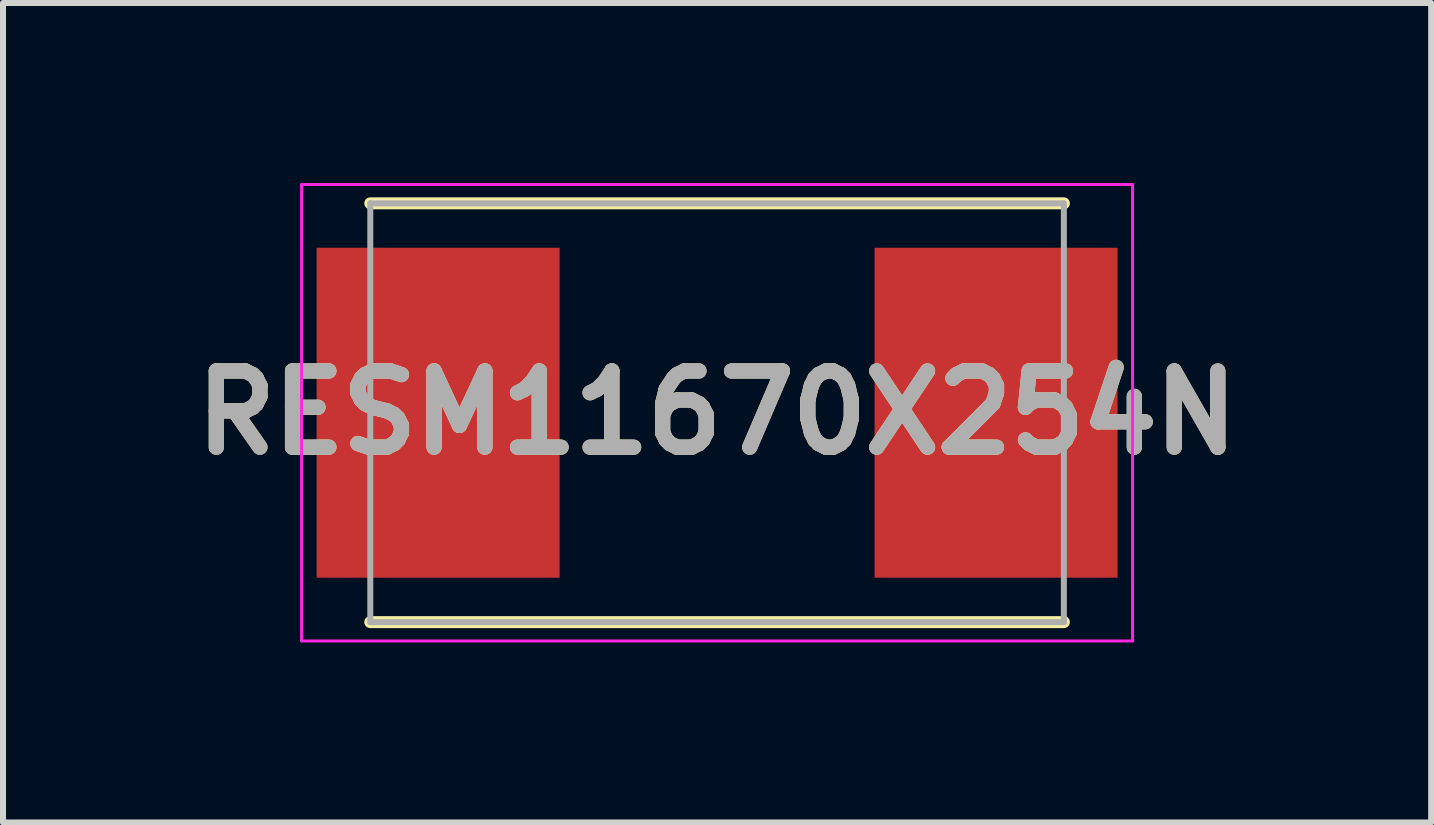
<source format=kicad_pcb>
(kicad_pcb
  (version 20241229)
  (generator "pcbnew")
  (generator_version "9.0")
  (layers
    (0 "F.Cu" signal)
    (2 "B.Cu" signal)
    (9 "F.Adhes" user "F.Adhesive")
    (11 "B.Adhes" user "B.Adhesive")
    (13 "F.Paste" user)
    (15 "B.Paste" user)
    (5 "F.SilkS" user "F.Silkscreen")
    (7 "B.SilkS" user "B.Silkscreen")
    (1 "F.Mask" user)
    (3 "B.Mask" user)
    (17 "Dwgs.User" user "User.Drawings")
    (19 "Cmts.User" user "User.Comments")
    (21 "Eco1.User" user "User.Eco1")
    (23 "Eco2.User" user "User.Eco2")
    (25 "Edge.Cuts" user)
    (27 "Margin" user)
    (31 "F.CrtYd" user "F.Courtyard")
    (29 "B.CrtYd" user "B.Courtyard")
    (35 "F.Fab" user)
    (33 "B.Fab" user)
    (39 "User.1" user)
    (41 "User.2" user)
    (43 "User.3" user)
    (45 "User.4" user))
  (footprint "RESM11670X254N"
    (layer "F.Cu")
    (at 8.902 3.829)
    (property "Reference" "RESM11670X254N" (at 0 0 0) (layer "F.SilkS") (effects (font (size 1.27 1.27) (thickness 0.254))))
    (attr smd)
    (fp_line (start -5.78 3.49) (end 5.78 3.49) (stroke (width 0.2) (type solid)) (layer "F.SilkS"))
    (fp_line (start 5.78 -3.49) (end -5.78 -3.49) (stroke (width 0.2) (type solid)) (layer "F.SilkS"))
    (fp_line (start -6.925 -3.804) (end 6.925 -3.804) (stroke (width 0.05) (type solid)) (layer "F.CrtYd"))
    (fp_line (start -6.925 3.804) (end -6.925 -3.804) (stroke (width 0.05) (type solid)) (layer "F.CrtYd"))
    (fp_line (start 6.925 -3.804) (end 6.925 3.804) (stroke (width 0.05) (type solid)) (layer "F.CrtYd"))
    (fp_line (start 6.925 3.804) (end -6.925 3.804) (stroke (width 0.05) (type solid)) (layer "F.CrtYd"))
    (fp_line (start -5.78 -3.49) (end 5.78 -3.49) (stroke (width 0.1) (type solid)) (layer "F.Fab"))
    (fp_line (start -5.78 3.49) (end -5.78 -3.49) (stroke (width 0.1) (type solid)) (layer "F.Fab"))
    (fp_line (start 5.78 -3.49) (end 5.78 3.49) (stroke (width 0.1) (type solid)) (layer "F.Fab"))
    (fp_line (start 5.78 3.49) (end -5.78 3.49) (stroke (width 0.1) (type solid)) (layer "F.Fab"))
    (fp_text user "${REFERENCE}" (at 0 0 0) (layer "F.Fab") (effects (font (size 1.27 1.27) (thickness 0.254))))
    (pad "1" smd rect (at -4.65 0) (size 4.05 5.5) (layers "F.Cu" "F.Mask" "F.Paste"))
    (pad "2" smd rect (at 4.65 0) (size 4.05 5.5) (layers "F.Cu" "F.Mask" "F.Paste")))
  (gr_rect
    (start -3 -3)
    (end 20.804 10.658)
    (stroke (width 0.1) (type default))
    (fill no)
    (layer "Edge.Cuts")))
</source>
